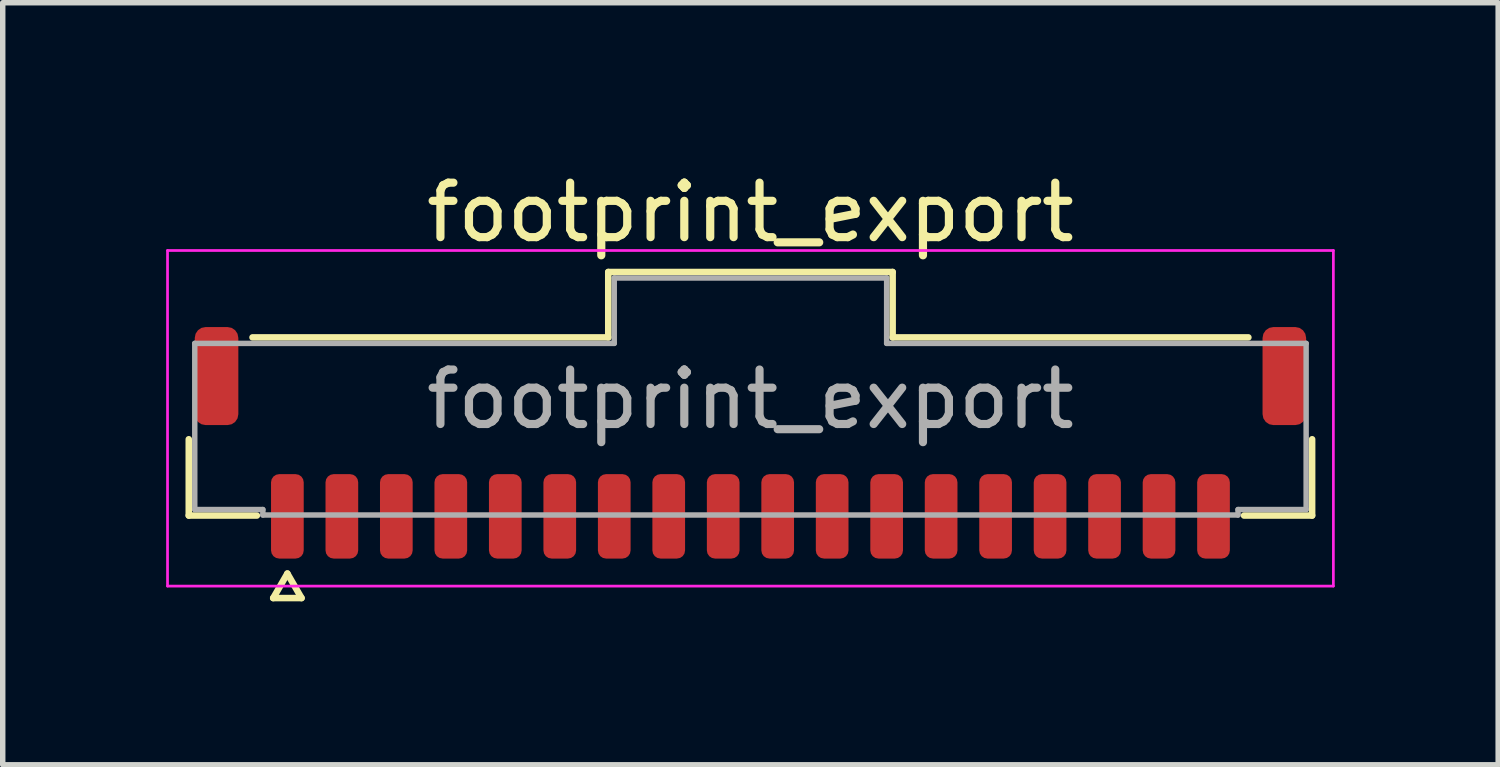
<source format=kicad_pcb>
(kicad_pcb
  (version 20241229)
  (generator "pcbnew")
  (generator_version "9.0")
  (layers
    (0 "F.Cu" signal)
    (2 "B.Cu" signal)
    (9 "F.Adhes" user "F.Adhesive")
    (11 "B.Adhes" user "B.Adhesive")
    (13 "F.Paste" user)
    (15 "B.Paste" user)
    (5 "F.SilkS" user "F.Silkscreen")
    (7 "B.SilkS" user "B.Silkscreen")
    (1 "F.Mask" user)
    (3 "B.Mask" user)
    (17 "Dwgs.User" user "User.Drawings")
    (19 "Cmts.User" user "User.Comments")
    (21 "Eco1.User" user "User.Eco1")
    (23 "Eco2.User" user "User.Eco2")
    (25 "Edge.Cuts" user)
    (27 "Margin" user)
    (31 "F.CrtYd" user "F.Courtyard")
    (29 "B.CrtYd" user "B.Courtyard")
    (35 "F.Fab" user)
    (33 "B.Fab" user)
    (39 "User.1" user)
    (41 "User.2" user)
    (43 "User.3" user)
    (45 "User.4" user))
  (footprint "footprint_export"
    (layer "F.Cu")
    (at 10.725 4.278)
    (property "Reference" "footprint_export" (at 0 -3.43 0) (layer "F.SilkS") (effects (font (size 1 1) (thickness 0.15))))
    (attr smd)
    (fp_line (start -10.31 2.135) (end -10.31 0.735) (stroke (width 0.12) (type solid)) (layer "F.SilkS"))
    (fp_line (start -9.14 -1.135) (end -2.61 -1.135) (stroke (width 0.12) (type solid)) (layer "F.SilkS"))
    (fp_line (start -9.06 2.135) (end -10.31 2.135) (stroke (width 0.12) (type solid)) (layer "F.SilkS"))
    (fp_line (start -8.76 3.65) (end -8.5 3.2) (stroke (width 0.12) (type solid)) (layer "F.SilkS"))
    (fp_line (start -8.5 3.2) (end -8.24 3.65) (stroke (width 0.12) (type solid)) (layer "F.SilkS"))
    (fp_line (start -8.24 3.65) (end -8.76 3.65) (stroke (width 0.12) (type solid)) (layer "F.SilkS"))
    (fp_line (start -2.61 -2.335) (end 2.61 -2.335) (stroke (width 0.12) (type solid)) (layer "F.SilkS"))
    (fp_line (start -2.61 -1.135) (end -2.61 -2.335) (stroke (width 0.12) (type solid)) (layer "F.SilkS"))
    (fp_line (start 2.61 -2.335) (end 2.61 -1.135) (stroke (width 0.12) (type solid)) (layer "F.SilkS"))
    (fp_line (start 2.61 -1.135) (end 9.14 -1.135) (stroke (width 0.12) (type solid)) (layer "F.SilkS"))
    (fp_line (start 10.31 0.735) (end 10.31 2.135) (stroke (width 0.12) (type solid)) (layer "F.SilkS"))
    (fp_line (start 10.31 2.135) (end 9.06 2.135) (stroke (width 0.12) (type solid)) (layer "F.SilkS"))
    (fp_line (start -10.7 -2.73) (end -10.7 3.43) (stroke (width 0.05) (type solid)) (layer "F.CrtYd"))
    (fp_line (start -10.7 3.43) (end 10.7 3.43) (stroke (width 0.05) (type solid)) (layer "F.CrtYd"))
    (fp_line (start 10.7 -2.73) (end -10.7 -2.73) (stroke (width 0.05) (type solid)) (layer "F.CrtYd"))
    (fp_line (start 10.7 3.43) (end 10.7 -2.73) (stroke (width 0.05) (type solid)) (layer "F.CrtYd"))
    (fp_line (start -10.2 -1.025) (end -2.5 -1.025) (stroke (width 0.1) (type solid)) (layer "F.Fab"))
    (fp_line (start -10.2 2.025) (end -10.2 -1.025) (stroke (width 0.1) (type solid)) (layer "F.Fab"))
    (fp_line (start -8.95 2.025) (end -10.2 2.025) (stroke (width 0.1) (type solid)) (layer "F.Fab"))
    (fp_line (start -8.95 2.125) (end -8.95 2.025) (stroke (width 0.1) (type solid)) (layer "F.Fab"))
    (fp_line (start -2.5 -2.225) (end 2.5 -2.225) (stroke (width 0.1) (type solid)) (layer "F.Fab"))
    (fp_line (start -2.5 -1.025) (end -2.5 -2.225) (stroke (width 0.1) (type solid)) (layer "F.Fab"))
    (fp_line (start 2.5 -2.225) (end 2.5 -1.025) (stroke (width 0.1) (type solid)) (layer "F.Fab"))
    (fp_line (start 2.5 -1.025) (end 10.2 -1.025) (stroke (width 0.1) (type solid)) (layer "F.Fab"))
    (fp_line (start 8.95 2.025) (end 8.95 2.125) (stroke (width 0.1) (type solid)) (layer "F.Fab"))
    (fp_line (start 8.95 2.125) (end -8.95 2.125) (stroke (width 0.1) (type solid)) (layer "F.Fab"))
    (fp_line (start 10.2 -1.025) (end 10.2 2.025) (stroke (width 0.1) (type solid)) (layer "F.Fab"))
    (fp_line (start 10.2 2.025) (end 8.95 2.025) (stroke (width 0.1) (type solid)) (layer "F.Fab"))
    (fp_text user "${REFERENCE}" (at 0 0 0) (layer "F.Fab") (effects (font (size 1 1) (thickness 0.15))))
    (pad "1" smd roundrect (at -8.5 2.15) (size 0.6 1.55) (layers "F.Cu" "F.Mask" "F.Paste") (roundrect_rratio 0.25))
    (pad "2" smd roundrect (at -7.5 2.15) (size 0.6 1.55) (layers "F.Cu" "F.Mask" "F.Paste") (roundrect_rratio 0.25))
    (pad "3" smd roundrect (at -6.5 2.15) (size 0.6 1.55) (layers "F.Cu" "F.Mask" "F.Paste") (roundrect_rratio 0.25))
    (pad "4" smd roundrect (at -5.5 2.15) (size 0.6 1.55) (layers "F.Cu" "F.Mask" "F.Paste") (roundrect_rratio 0.25))
    (pad "5" smd roundrect (at -4.5 2.15) (size 0.6 1.55) (layers "F.Cu" "F.Mask" "F.Paste") (roundrect_rratio 0.25))
    (pad "6" smd roundrect (at -3.5 2.15) (size 0.6 1.55) (layers "F.Cu" "F.Mask" "F.Paste") (roundrect_rratio 0.25))
    (pad "7" smd roundrect (at -2.5 2.15) (size 0.6 1.55) (layers "F.Cu" "F.Mask" "F.Paste") (roundrect_rratio 0.25))
    (pad "8" smd roundrect (at -1.5 2.15) (size 0.6 1.55) (layers "F.Cu" "F.Mask" "F.Paste") (roundrect_rratio 0.25))
    (pad "9" smd roundrect (at -0.5 2.15) (size 0.6 1.55) (layers "F.Cu" "F.Mask" "F.Paste") (roundrect_rratio 0.25))
    (pad "10" smd roundrect (at 0.5 2.15) (size 0.6 1.55) (layers "F.Cu" "F.Mask" "F.Paste") (roundrect_rratio 0.25))
    (pad "11" smd roundrect (at 1.5 2.15) (size 0.6 1.55) (layers "F.Cu" "F.Mask" "F.Paste") (roundrect_rratio 0.25))
    (pad "12" smd roundrect (at 2.5 2.15) (size 0.6 1.55) (layers "F.Cu" "F.Mask" "F.Paste") (roundrect_rratio 0.25))
    (pad "13" smd roundrect (at 3.5 2.15) (size 0.6 1.55) (layers "F.Cu" "F.Mask" "F.Paste") (roundrect_rratio 0.25))
    (pad "14" smd roundrect (at 4.5 2.15) (size 0.6 1.55) (layers "F.Cu" "F.Mask" "F.Paste") (roundrect_rratio 0.25))
    (pad "15" smd roundrect (at 5.5 2.15) (size 0.6 1.55) (layers "F.Cu" "F.Mask" "F.Paste") (roundrect_rratio 0.25))
    (pad "16" smd roundrect (at 6.5 2.15) (size 0.6 1.55) (layers "F.Cu" "F.Mask" "F.Paste") (roundrect_rratio 0.25))
    (pad "17" smd roundrect (at 7.5 2.15) (size 0.6 1.55) (layers "F.Cu" "F.Mask" "F.Paste") (roundrect_rratio 0.25))
    (pad "18" smd roundrect (at 8.5 2.15) (size 0.6 1.55) (layers "F.Cu" "F.Mask" "F.Paste") (roundrect_rratio 0.25))
    (pad "MP" smd roundrect (at -9.8 -0.425) (size 0.8 1.8) (layers "F.Cu" "F.Mask" "F.Paste") (roundrect_rratio 0.25))
    (pad "MP" smd roundrect (at 9.8 -0.425) (size 0.8 1.8) (layers "F.Cu" "F.Mask" "F.Paste") (roundrect_rratio 0.25)))
  (gr_rect
    (start -3 -3)
    (end 24.45 10.988)
    (stroke (width 0.1) (type default))
    (fill no)
    (layer "Edge.Cuts")))
</source>
